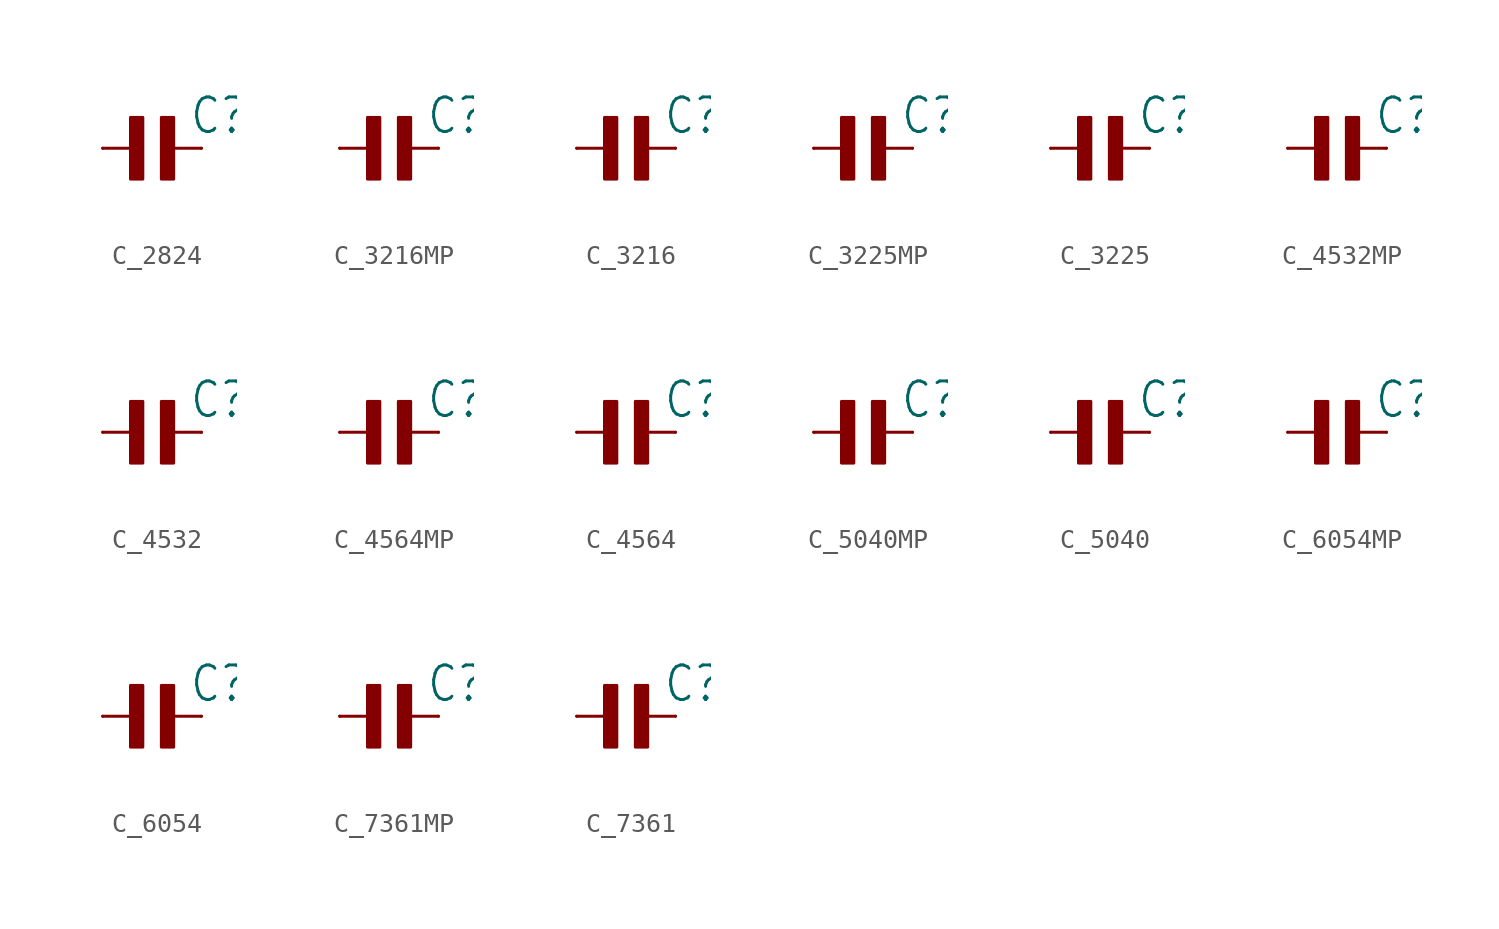
<source format=kicad_sym>
(kicad_symbol_lib
  (version 20231120)
  (generator "kicad_symbol_editor")
  (generator_version "8.0")
  (symbol "C_2824"
    (property "Reference" "C"
      (at 1.905 0.635 0)
      (effects (font (size 1.778 1.511)) (justify left bottom)))
    (property "Value" ""
      (at -3.175 -3.81 0)
      (effects (font (size 1.778 1.511)) (justify left bottom)))
    (property "ki_locked" ""
      (at 0 0 0)
      (effects (font (size 1.27 1.27))))
    (symbol "C_2824_1_0"
      (rectangle (start -1.111 -1.587) (end -0.476 1.587) (stroke (width 0) (type default)) (fill (type outline)))
      (polyline (pts (xy -2.54 0) (xy -0.635 0)) (stroke (width 0.152) (type solid)) (fill (type none)))
      (polyline (pts (xy 2.54 0) (xy 0.635 0)) (stroke (width 0.152) (type solid)) (fill (type none)))
      (rectangle (start 0.476 -1.587) (end 1.111 1.587) (stroke (width 0) (type default)) (fill (type outline)))
      (pin passive line (at -2.54 0 0) (length 0) (name "1" (effects (font (size 0 0)))) (number "1" (effects (font (size 0 0)))))
      (pin passive line (at 2.54 0 180) (length 0) (name "2" (effects (font (size 0 0)))) (number "2" (effects (font (size 0 0)))))))
  (symbol "C_3216MP"
    (property "Reference" "C"
      (at 1.905 0.635 0)
      (effects (font (size 1.778 1.511)) (justify left bottom)))
    (property "Value" ""
      (at -3.175 -3.81 0)
      (effects (font (size 1.778 1.511)) (justify left bottom)))
    (property "ki_locked" ""
      (at 0 0 0)
      (effects (font (size 1.27 1.27))))
    (symbol "C_3216MP_1_0"
      (rectangle (start -1.111 -1.587) (end -0.476 1.587) (stroke (width 0) (type default)) (fill (type outline)))
      (polyline (pts (xy -2.54 0) (xy -0.635 0)) (stroke (width 0.152) (type solid)) (fill (type none)))
      (polyline (pts (xy 2.54 0) (xy 0.635 0)) (stroke (width 0.152) (type solid)) (fill (type none)))
      (rectangle (start 0.476 -1.587) (end 1.111 1.587) (stroke (width 0) (type default)) (fill (type outline)))
      (pin passive line (at -2.54 0 0) (length 0) (name "1" (effects (font (size 0 0)))) (number "1" (effects (font (size 0 0)))))
      (pin passive line (at 2.54 0 180) (length 0) (name "2" (effects (font (size 0 0)))) (number "2" (effects (font (size 0 0)))))))
  (symbol "C_3216"
    (property "Reference" "C"
      (at 1.905 0.635 0)
      (effects (font (size 1.778 1.511)) (justify left bottom)))
    (property "Value" ""
      (at -3.175 -3.81 0)
      (effects (font (size 1.778 1.511)) (justify left bottom)))
    (property "ki_locked" ""
      (at 0 0 0)
      (effects (font (size 1.27 1.27))))
    (symbol "C_3216_1_0"
      (rectangle (start -1.111 -1.587) (end -0.476 1.587) (stroke (width 0) (type default)) (fill (type outline)))
      (polyline (pts (xy -2.54 0) (xy -0.635 0)) (stroke (width 0.152) (type solid)) (fill (type none)))
      (polyline (pts (xy 2.54 0) (xy 0.635 0)) (stroke (width 0.152) (type solid)) (fill (type none)))
      (rectangle (start 0.476 -1.587) (end 1.111 1.587) (stroke (width 0) (type default)) (fill (type outline)))
      (pin passive line (at -2.54 0 0) (length 0) (name "1" (effects (font (size 0 0)))) (number "1" (effects (font (size 0 0)))))
      (pin passive line (at 2.54 0 180) (length 0) (name "2" (effects (font (size 0 0)))) (number "2" (effects (font (size 0 0)))))))
  (symbol "C_3225MP"
    (property "Reference" "C"
      (at 1.905 0.635 0)
      (effects (font (size 1.778 1.511)) (justify left bottom)))
    (property "Value" ""
      (at -3.175 -3.81 0)
      (effects (font (size 1.778 1.511)) (justify left bottom)))
    (property "ki_locked" ""
      (at 0 0 0)
      (effects (font (size 1.27 1.27))))
    (symbol "C_3225MP_1_0"
      (rectangle (start -1.111 -1.587) (end -0.476 1.587) (stroke (width 0) (type default)) (fill (type outline)))
      (polyline (pts (xy -2.54 0) (xy -0.635 0)) (stroke (width 0.152) (type solid)) (fill (type none)))
      (polyline (pts (xy 2.54 0) (xy 0.635 0)) (stroke (width 0.152) (type solid)) (fill (type none)))
      (rectangle (start 0.476 -1.587) (end 1.111 1.587) (stroke (width 0) (type default)) (fill (type outline)))
      (pin passive line (at -2.54 0 0) (length 0) (name "1" (effects (font (size 0 0)))) (number "1" (effects (font (size 0 0)))))
      (pin passive line (at 2.54 0 180) (length 0) (name "2" (effects (font (size 0 0)))) (number "2" (effects (font (size 0 0)))))))
  (symbol "C_3225"
    (property "Reference" "C"
      (at 1.905 0.635 0)
      (effects (font (size 1.778 1.511)) (justify left bottom)))
    (property "Value" ""
      (at -3.175 -3.81 0)
      (effects (font (size 1.778 1.511)) (justify left bottom)))
    (property "ki_locked" ""
      (at 0 0 0)
      (effects (font (size 1.27 1.27))))
    (symbol "C_3225_1_0"
      (rectangle (start -1.111 -1.587) (end -0.476 1.587) (stroke (width 0) (type default)) (fill (type outline)))
      (polyline (pts (xy -2.54 0) (xy -0.635 0)) (stroke (width 0.152) (type solid)) (fill (type none)))
      (polyline (pts (xy 2.54 0) (xy 0.635 0)) (stroke (width 0.152) (type solid)) (fill (type none)))
      (rectangle (start 0.476 -1.587) (end 1.111 1.587) (stroke (width 0) (type default)) (fill (type outline)))
      (pin passive line (at -2.54 0 0) (length 0) (name "1" (effects (font (size 0 0)))) (number "1" (effects (font (size 0 0)))))
      (pin passive line (at 2.54 0 180) (length 0) (name "2" (effects (font (size 0 0)))) (number "2" (effects (font (size 0 0)))))))
  (symbol "C_4532MP"
    (property "Reference" "C"
      (at 1.905 0.635 0)
      (effects (font (size 1.778 1.511)) (justify left bottom)))
    (property "Value" ""
      (at -3.175 -3.81 0)
      (effects (font (size 1.778 1.511)) (justify left bottom)))
    (property "ki_locked" ""
      (at 0 0 0)
      (effects (font (size 1.27 1.27))))
    (symbol "C_4532MP_1_0"
      (rectangle (start -1.111 -1.587) (end -0.476 1.587) (stroke (width 0) (type default)) (fill (type outline)))
      (polyline (pts (xy -2.54 0) (xy -0.635 0)) (stroke (width 0.152) (type solid)) (fill (type none)))
      (polyline (pts (xy 2.54 0) (xy 0.635 0)) (stroke (width 0.152) (type solid)) (fill (type none)))
      (rectangle (start 0.476 -1.587) (end 1.111 1.587) (stroke (width 0) (type default)) (fill (type outline)))
      (pin passive line (at -2.54 0 0) (length 0) (name "1" (effects (font (size 0 0)))) (number "1" (effects (font (size 0 0)))))
      (pin passive line (at 2.54 0 180) (length 0) (name "2" (effects (font (size 0 0)))) (number "2" (effects (font (size 0 0)))))))
  (symbol "C_4532"
    (property "Reference" "C"
      (at 1.905 0.635 0)
      (effects (font (size 1.778 1.511)) (justify left bottom)))
    (property "Value" ""
      (at -3.175 -3.81 0)
      (effects (font (size 1.778 1.511)) (justify left bottom)))
    (property "ki_locked" ""
      (at 0 0 0)
      (effects (font (size 1.27 1.27))))
    (symbol "C_4532_1_0"
      (rectangle (start -1.111 -1.587) (end -0.476 1.587) (stroke (width 0) (type default)) (fill (type outline)))
      (polyline (pts (xy -2.54 0) (xy -0.635 0)) (stroke (width 0.152) (type solid)) (fill (type none)))
      (polyline (pts (xy 2.54 0) (xy 0.635 0)) (stroke (width 0.152) (type solid)) (fill (type none)))
      (rectangle (start 0.476 -1.587) (end 1.111 1.587) (stroke (width 0) (type default)) (fill (type outline)))
      (pin passive line (at -2.54 0 0) (length 0) (name "1" (effects (font (size 0 0)))) (number "1" (effects (font (size 0 0)))))
      (pin passive line (at 2.54 0 180) (length 0) (name "2" (effects (font (size 0 0)))) (number "2" (effects (font (size 0 0)))))))
  (symbol "C_4564MP"
    (property "Reference" "C"
      (at 1.905 0.635 0)
      (effects (font (size 1.778 1.511)) (justify left bottom)))
    (property "Value" ""
      (at -3.175 -3.81 0)
      (effects (font (size 1.778 1.511)) (justify left bottom)))
    (property "ki_locked" ""
      (at 0 0 0)
      (effects (font (size 1.27 1.27))))
    (symbol "C_4564MP_1_0"
      (rectangle (start -1.111 -1.587) (end -0.476 1.587) (stroke (width 0) (type default)) (fill (type outline)))
      (polyline (pts (xy -2.54 0) (xy -0.635 0)) (stroke (width 0.152) (type solid)) (fill (type none)))
      (polyline (pts (xy 2.54 0) (xy 0.635 0)) (stroke (width 0.152) (type solid)) (fill (type none)))
      (rectangle (start 0.476 -1.587) (end 1.111 1.587) (stroke (width 0) (type default)) (fill (type outline)))
      (pin passive line (at -2.54 0 0) (length 0) (name "1" (effects (font (size 0 0)))) (number "1" (effects (font (size 0 0)))))
      (pin passive line (at 2.54 0 180) (length 0) (name "2" (effects (font (size 0 0)))) (number "2" (effects (font (size 0 0)))))))
  (symbol "C_4564"
    (property "Reference" "C"
      (at 1.905 0.635 0)
      (effects (font (size 1.778 1.511)) (justify left bottom)))
    (property "Value" ""
      (at -3.175 -3.81 0)
      (effects (font (size 1.778 1.511)) (justify left bottom)))
    (property "ki_locked" ""
      (at 0 0 0)
      (effects (font (size 1.27 1.27))))
    (symbol "C_4564_1_0"
      (rectangle (start -1.111 -1.587) (end -0.476 1.587) (stroke (width 0) (type default)) (fill (type outline)))
      (polyline (pts (xy -2.54 0) (xy -0.635 0)) (stroke (width 0.152) (type solid)) (fill (type none)))
      (polyline (pts (xy 2.54 0) (xy 0.635 0)) (stroke (width 0.152) (type solid)) (fill (type none)))
      (rectangle (start 0.476 -1.587) (end 1.111 1.587) (stroke (width 0) (type default)) (fill (type outline)))
      (pin passive line (at -2.54 0 0) (length 0) (name "1" (effects (font (size 0 0)))) (number "1" (effects (font (size 0 0)))))
      (pin passive line (at 2.54 0 180) (length 0) (name "2" (effects (font (size 0 0)))) (number "2" (effects (font (size 0 0)))))))
  (symbol "C_5040MP"
    (property "Reference" "C"
      (at 1.905 0.635 0)
      (effects (font (size 1.778 1.511)) (justify left bottom)))
    (property "Value" ""
      (at -3.175 -3.81 0)
      (effects (font (size 1.778 1.511)) (justify left bottom)))
    (property "ki_locked" ""
      (at 0 0 0)
      (effects (font (size 1.27 1.27))))
    (symbol "C_5040MP_1_0"
      (rectangle (start -1.111 -1.587) (end -0.476 1.587) (stroke (width 0) (type default)) (fill (type outline)))
      (polyline (pts (xy -2.54 0) (xy -0.635 0)) (stroke (width 0.152) (type solid)) (fill (type none)))
      (polyline (pts (xy 2.54 0) (xy 0.635 0)) (stroke (width 0.152) (type solid)) (fill (type none)))
      (rectangle (start 0.476 -1.587) (end 1.111 1.587) (stroke (width 0) (type default)) (fill (type outline)))
      (pin passive line (at -2.54 0 0) (length 0) (name "1" (effects (font (size 0 0)))) (number "1" (effects (font (size 0 0)))))
      (pin passive line (at 2.54 0 180) (length 0) (name "2" (effects (font (size 0 0)))) (number "2" (effects (font (size 0 0)))))))
  (symbol "C_5040"
    (property "Reference" "C"
      (at 1.905 0.635 0)
      (effects (font (size 1.778 1.511)) (justify left bottom)))
    (property "Value" ""
      (at -3.175 -3.81 0)
      (effects (font (size 1.778 1.511)) (justify left bottom)))
    (property "ki_locked" ""
      (at 0 0 0)
      (effects (font (size 1.27 1.27))))
    (symbol "C_5040_1_0"
      (rectangle (start -1.111 -1.587) (end -0.476 1.587) (stroke (width 0) (type default)) (fill (type outline)))
      (polyline (pts (xy -2.54 0) (xy -0.635 0)) (stroke (width 0.152) (type solid)) (fill (type none)))
      (polyline (pts (xy 2.54 0) (xy 0.635 0)) (stroke (width 0.152) (type solid)) (fill (type none)))
      (rectangle (start 0.476 -1.587) (end 1.111 1.587) (stroke (width 0) (type default)) (fill (type outline)))
      (pin passive line (at -2.54 0 0) (length 0) (name "1" (effects (font (size 0 0)))) (number "1" (effects (font (size 0 0)))))
      (pin passive line (at 2.54 0 180) (length 0) (name "2" (effects (font (size 0 0)))) (number "2" (effects (font (size 0 0)))))))
  (symbol "C_6054MP"
    (property "Reference" "C"
      (at 1.905 0.635 0)
      (effects (font (size 1.778 1.511)) (justify left bottom)))
    (property "Value" ""
      (at -3.175 -3.81 0)
      (effects (font (size 1.778 1.511)) (justify left bottom)))
    (property "ki_locked" ""
      (at 0 0 0)
      (effects (font (size 1.27 1.27))))
    (symbol "C_6054MP_1_0"
      (rectangle (start -1.111 -1.587) (end -0.476 1.587) (stroke (width 0) (type default)) (fill (type outline)))
      (polyline (pts (xy -2.54 0) (xy -0.635 0)) (stroke (width 0.152) (type solid)) (fill (type none)))
      (polyline (pts (xy 2.54 0) (xy 0.635 0)) (stroke (width 0.152) (type solid)) (fill (type none)))
      (rectangle (start 0.476 -1.587) (end 1.111 1.587) (stroke (width 0) (type default)) (fill (type outline)))
      (pin passive line (at -2.54 0 0) (length 0) (name "1" (effects (font (size 0 0)))) (number "1" (effects (font (size 0 0)))))
      (pin passive line (at 2.54 0 180) (length 0) (name "2" (effects (font (size 0 0)))) (number "2" (effects (font (size 0 0)))))))
  (symbol "C_6054"
    (property "Reference" "C"
      (at 1.905 0.635 0)
      (effects (font (size 1.778 1.511)) (justify left bottom)))
    (property "Value" ""
      (at -3.175 -3.81 0)
      (effects (font (size 1.778 1.511)) (justify left bottom)))
    (property "ki_locked" ""
      (at 0 0 0)
      (effects (font (size 1.27 1.27))))
    (symbol "C_6054_1_0"
      (rectangle (start -1.111 -1.587) (end -0.476 1.587) (stroke (width 0) (type default)) (fill (type outline)))
      (polyline (pts (xy -2.54 0) (xy -0.635 0)) (stroke (width 0.152) (type solid)) (fill (type none)))
      (polyline (pts (xy 2.54 0) (xy 0.635 0)) (stroke (width 0.152) (type solid)) (fill (type none)))
      (rectangle (start 0.476 -1.587) (end 1.111 1.587) (stroke (width 0) (type default)) (fill (type outline)))
      (pin passive line (at -2.54 0 0) (length 0) (name "1" (effects (font (size 0 0)))) (number "1" (effects (font (size 0 0)))))
      (pin passive line (at 2.54 0 180) (length 0) (name "2" (effects (font (size 0 0)))) (number "2" (effects (font (size 0 0)))))))
  (symbol "C_7361MP"
    (property "Reference" "C"
      (at 1.905 0.635 0)
      (effects (font (size 1.778 1.511)) (justify left bottom)))
    (property "Value" ""
      (at -3.175 -3.81 0)
      (effects (font (size 1.778 1.511)) (justify left bottom)))
    (property "ki_locked" ""
      (at 0 0 0)
      (effects (font (size 1.27 1.27))))
    (symbol "C_7361MP_1_0"
      (rectangle (start -1.111 -1.587) (end -0.476 1.587) (stroke (width 0) (type default)) (fill (type outline)))
      (polyline (pts (xy -2.54 0) (xy -0.635 0)) (stroke (width 0.152) (type solid)) (fill (type none)))
      (polyline (pts (xy 2.54 0) (xy 0.635 0)) (stroke (width 0.152) (type solid)) (fill (type none)))
      (rectangle (start 0.476 -1.587) (end 1.111 1.587) (stroke (width 0) (type default)) (fill (type outline)))
      (pin passive line (at -2.54 0 0) (length 0) (name "1" (effects (font (size 0 0)))) (number "1" (effects (font (size 0 0)))))
      (pin passive line (at 2.54 0 180) (length 0) (name "2" (effects (font (size 0 0)))) (number "2" (effects (font (size 0 0)))))))
  (symbol "C_7361"
    (property "Reference" "C"
      (at 1.905 0.635 0)
      (effects (font (size 1.778 1.511)) (justify left bottom)))
    (property "Value" ""
      (at -3.175 -3.81 0)
      (effects (font (size 1.778 1.511)) (justify left bottom)))
    (property "ki_locked" ""
      (at 0 0 0)
      (effects (font (size 1.27 1.27))))
    (symbol "C_7361_1_0"
      (rectangle (start -1.111 -1.587) (end -0.476 1.587) (stroke (width 0) (type default)) (fill (type outline)))
      (polyline (pts (xy -2.54 0) (xy -0.635 0)) (stroke (width 0.152) (type solid)) (fill (type none)))
      (polyline (pts (xy 2.54 0) (xy 0.635 0)) (stroke (width 0.152) (type solid)) (fill (type none)))
      (rectangle (start 0.476 -1.587) (end 1.111 1.587) (stroke (width 0) (type default)) (fill (type outline)))
      (pin passive line (at -2.54 0 0) (length 0) (name "1" (effects (font (size 0 0)))) (number "1" (effects (font (size 0 0)))))
      (pin passive line (at 2.54 0 180) (length 0) (name "2" (effects (font (size 0 0)))) (number "2" (effects (font (size 0 0))))))))
</source>
